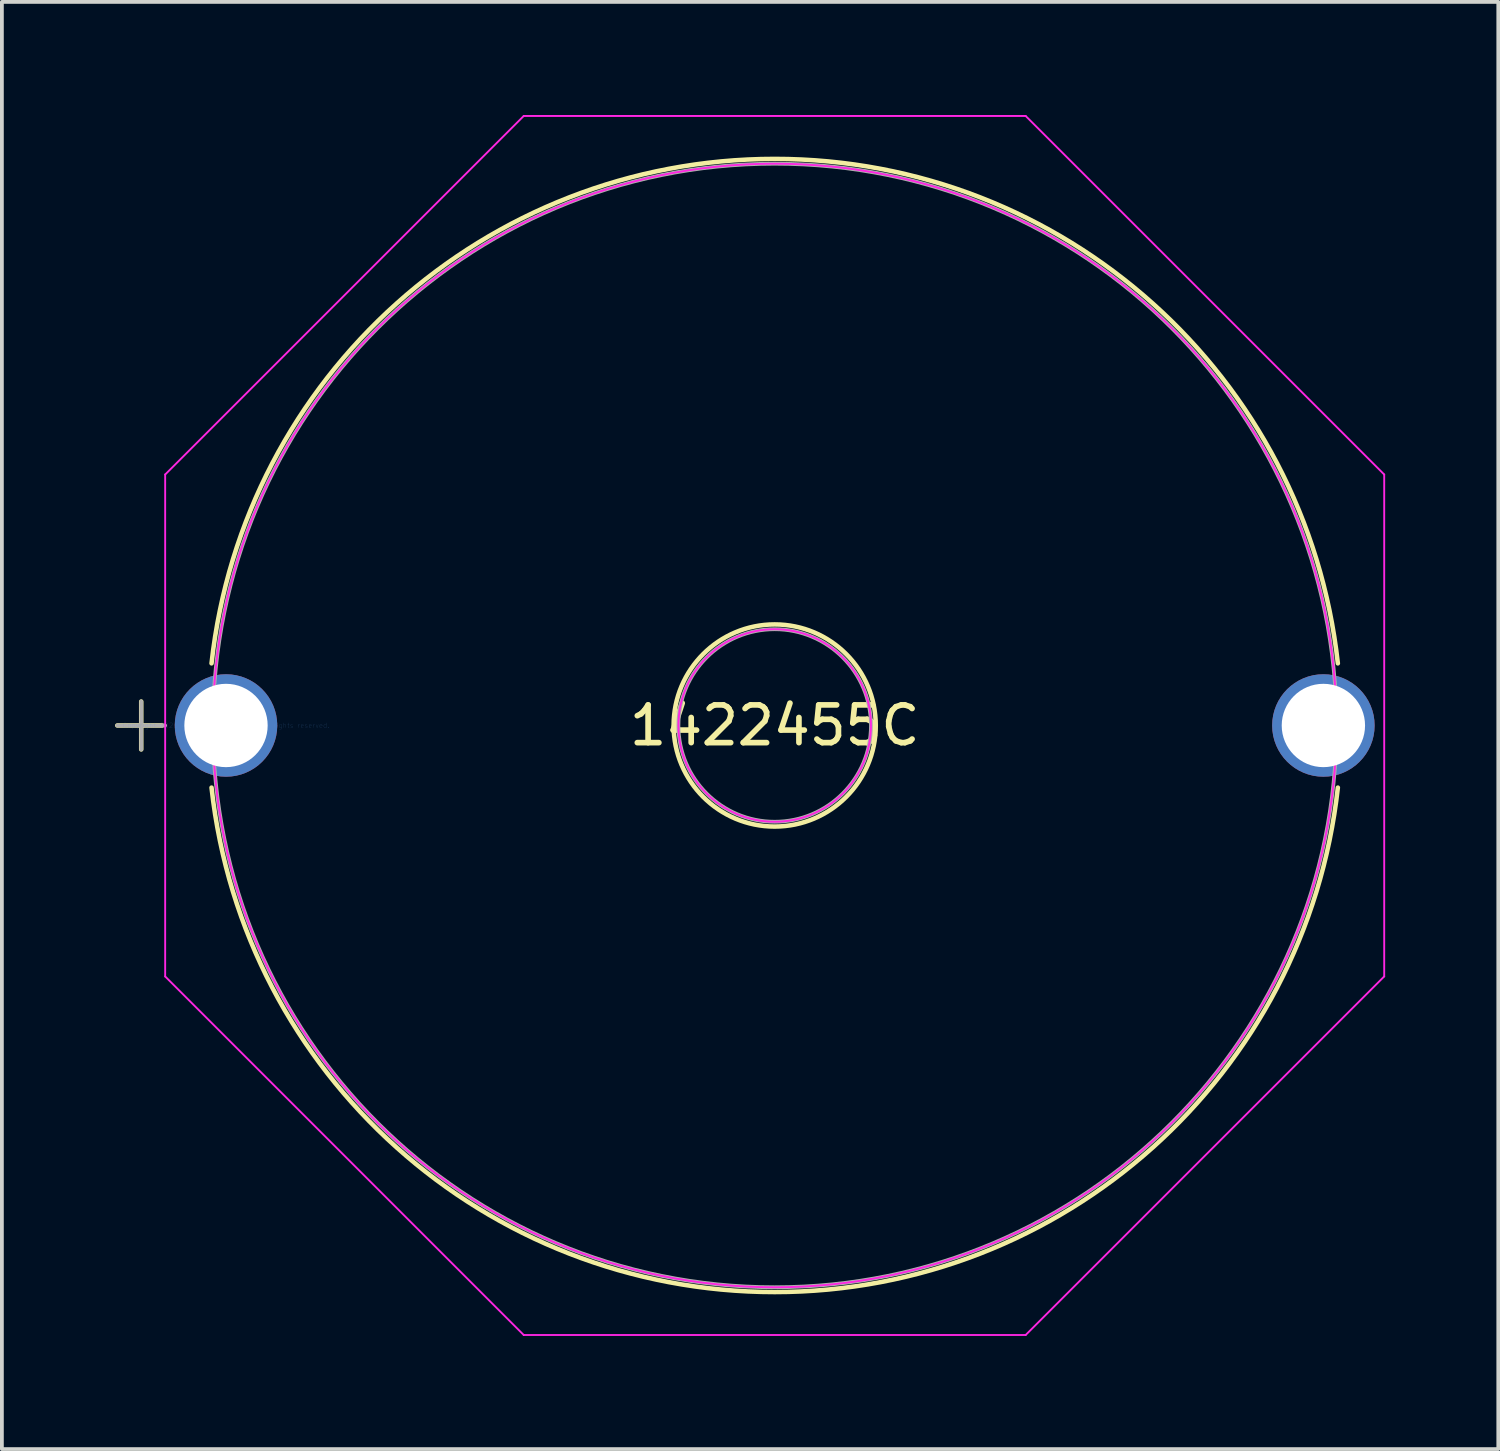
<source format=kicad_pcb>
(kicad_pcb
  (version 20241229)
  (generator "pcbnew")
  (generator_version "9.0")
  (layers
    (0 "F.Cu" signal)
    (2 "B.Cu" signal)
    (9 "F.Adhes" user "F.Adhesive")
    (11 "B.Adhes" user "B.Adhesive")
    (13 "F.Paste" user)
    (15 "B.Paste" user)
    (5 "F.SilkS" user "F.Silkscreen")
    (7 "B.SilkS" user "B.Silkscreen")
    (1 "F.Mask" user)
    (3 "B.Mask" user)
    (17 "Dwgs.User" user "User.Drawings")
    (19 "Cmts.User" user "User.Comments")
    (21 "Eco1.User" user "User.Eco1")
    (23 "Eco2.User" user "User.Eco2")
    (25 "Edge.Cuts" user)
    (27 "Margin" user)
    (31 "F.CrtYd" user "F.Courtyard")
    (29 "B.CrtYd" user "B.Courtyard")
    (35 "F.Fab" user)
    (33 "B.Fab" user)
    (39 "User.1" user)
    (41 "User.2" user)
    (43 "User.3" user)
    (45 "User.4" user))
  (footprint "1422455C"
    (layer "F.Cu")
    (at 2.943 16.188)
    (property "Reference" "1422455C" (at 14.55 0 0) (layer "F.SilkS") (effects (font (size 1 1) (thickness 0.15))))
    (attr through_hole)
    (fp_line (start -2.883 0) (end -1.692 0) (stroke (width 0.12) (type solid)) (layer "F.SilkS"))
    (fp_line (start -2.248 -0.635) (end -2.248 0.635) (stroke (width 0.12) (type solid)) (layer "F.SilkS"))
    (fp_arc (start -0.383489 -1.64761) (mid 14.550002 -15.0241) (end 29.483482 -1.647598) (stroke (width 0.12) (type solid)) (layer "F.SilkS"))
    (fp_arc (start 29.483483 1.647591) (mid 14.549996 15.0241) (end -0.383491 1.64759) (stroke (width 0.12) (type solid)) (layer "F.SilkS"))
    (fp_circle (center 14.55 0) (end 17.23 0) (stroke (width 0.12) (type solid)) (fill no) (layer "F.SilkS"))
    (fp_line (start -1.613 -6.655) (end 7.895 -16.163) (stroke (width 0.05) (type solid)) (layer "F.CrtYd"))
    (fp_line (start -1.613 6.655) (end -1.613 -6.655) (stroke (width 0.05) (type solid)) (layer "F.CrtYd"))
    (fp_line (start 7.895 -16.163) (end 21.205 -16.163) (stroke (width 0.05) (type solid)) (layer "F.CrtYd"))
    (fp_line (start 7.895 16.163) (end -1.613 6.655) (stroke (width 0.05) (type solid)) (layer "F.CrtYd"))
    (fp_line (start 21.205 -16.163) (end 30.713 -6.655) (stroke (width 0.05) (type solid)) (layer "F.CrtYd"))
    (fp_line (start 21.205 16.163) (end 7.895 16.163) (stroke (width 0.05) (type solid)) (layer "F.CrtYd"))
    (fp_line (start 30.713 -6.655) (end 30.713 6.655) (stroke (width 0.05) (type solid)) (layer "F.CrtYd"))
    (fp_line (start 30.713 6.655) (end 21.205 16.163) (stroke (width 0.05) (type solid)) (layer "F.CrtYd"))
    (fp_circle (center 14.55 0) (end 17.103 0) (stroke (width 0.05) (type solid)) (fill no) (layer "F.CrtYd"))
    (fp_circle (center 14.55 0) (end 29.447 0) (stroke (width 0.05) (type solid)) (fill no) (layer "F.CrtYd"))
    (fp_line (start -2.883 0) (end -1.613 0) (stroke (width 0.1) (type solid)) (layer "F.Fab"))
    (fp_line (start -2.248 -0.635) (end -2.248 0.635) (stroke (width 0.1) (type solid)) (layer "F.Fab"))
    (fp_circle (center 14.55 0) (end 17.103 0) (stroke (width 0.1) (type solid)) (fill no) (layer "F.Fab"))
    (fp_circle (center 14.55 0) (end 29.447 0) (stroke (width 0.1) (type solid)) (fill no) (layer "F.Fab"))
    (fp_text user "*" (at 0 0 0) (layer "F.SilkS") (effects (font (size 1 1) (thickness 0.15))))
    (fp_text user "Copyright 2021 Accelerated Designs. All rights reserved." (at 0 0 0) (layer "Cmts.User") (effects (font (size 0.127 0.127) (thickness 0.002))))
    (fp_text user "*" (at 0 0 0) (layer "F.Fab") (effects (font (size 1 1) (thickness 0.15))))
    (pad "1" thru_hole circle (at 0 0) (size 2.718 2.718) (drill 2.21) (layers "*.Cu" "*.Mask"))
    (pad "2" thru_hole circle (at 29.1 0) (size 2.718 2.718) (drill 2.21) (layers "*.Cu" "*.Mask")))
  (gr_rect
    (start -3 -3)
    (end 36.681 35.376)
    (stroke (width 0.1) (type default))
    (fill no)
    (layer "Edge.Cuts")))
</source>
